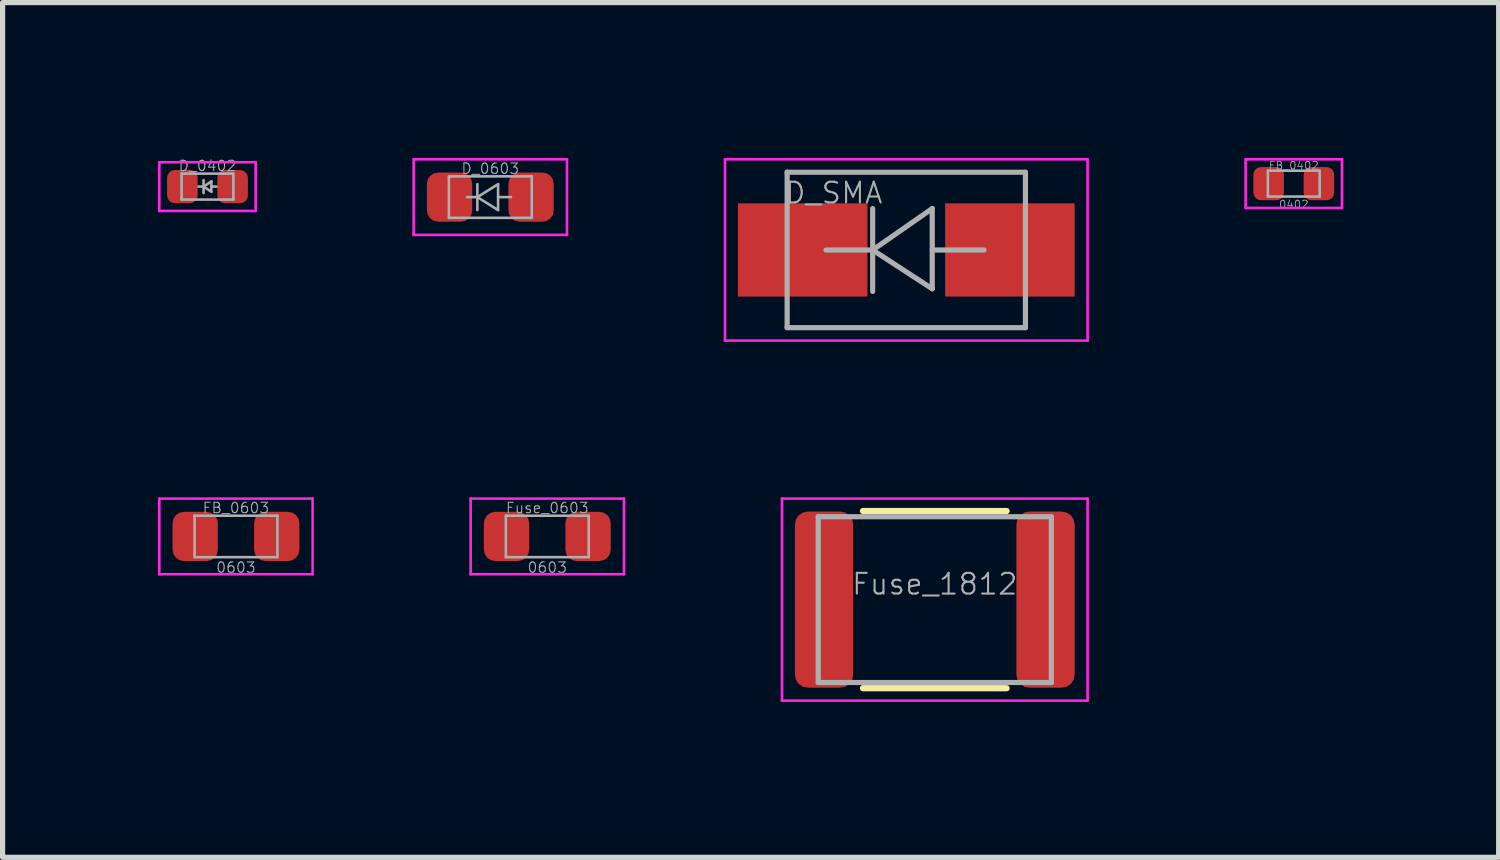
<source format=kicad_pcb>
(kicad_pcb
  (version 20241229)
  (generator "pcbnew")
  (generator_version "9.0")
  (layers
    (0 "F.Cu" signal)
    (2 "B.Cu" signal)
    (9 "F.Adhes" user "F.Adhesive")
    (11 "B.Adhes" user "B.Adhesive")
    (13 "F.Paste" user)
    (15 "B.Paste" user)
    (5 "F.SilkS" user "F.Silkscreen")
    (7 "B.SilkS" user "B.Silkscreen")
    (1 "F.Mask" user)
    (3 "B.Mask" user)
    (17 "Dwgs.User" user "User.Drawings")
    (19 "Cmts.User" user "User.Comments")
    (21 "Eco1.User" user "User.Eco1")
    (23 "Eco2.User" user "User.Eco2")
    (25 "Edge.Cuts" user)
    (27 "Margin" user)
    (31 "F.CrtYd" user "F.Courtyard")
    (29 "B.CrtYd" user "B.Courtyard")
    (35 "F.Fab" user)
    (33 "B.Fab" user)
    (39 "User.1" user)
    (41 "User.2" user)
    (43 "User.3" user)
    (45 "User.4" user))
  (footprint "D_0402"
    (layer "F.Cu")
    (at 0.955 0.552)
    (property "Reference" "D_0402" (at 0 -0.4 0) (unlocked yes) (layer "F.Fab") (effects (font (size 0.2 0.2) (thickness 0.02))))
    (attr smd)
    (fp_line (start -0.93 -0.47) (end 0.93 -0.47) (stroke (width 0.05) (type solid)) (layer "F.CrtYd"))
    (fp_line (start -0.93 0.47) (end -0.93 -0.47) (stroke (width 0.05) (type solid)) (layer "F.CrtYd"))
    (fp_line (start 0.93 -0.47) (end 0.93 0.47) (stroke (width 0.05) (type solid)) (layer "F.CrtYd"))
    (fp_line (start 0.93 0.47) (end -0.93 0.47) (stroke (width 0.05) (type solid)) (layer "F.CrtYd"))
    (fp_line (start -0.5 -0.25) (end 0.5 -0.25) (stroke (width 0.05) (type solid)) (layer "F.Fab"))
    (fp_line (start -0.5 0.25) (end -0.5 -0.25) (stroke (width 0.05) (type solid)) (layer "F.Fab"))
    (fp_line (start -0.075 -0.125) (end -0.075 0.125) (stroke (width 0.05) (type solid)) (layer "F.Fab"))
    (fp_line (start -0.075 0) (end -0.175 0) (stroke (width 0.05) (type solid)) (layer "F.Fab"))
    (fp_line (start -0.075 0) (end 0.075 -0.1) (stroke (width 0.05) (type solid)) (layer "F.Fab"))
    (fp_line (start -0.075 0) (end 0.075 0.1) (stroke (width 0.05) (type solid)) (layer "F.Fab"))
    (fp_line (start 0.075 -0.1) (end 0.075 0.1) (stroke (width 0.05) (type solid)) (layer "F.Fab"))
    (fp_line (start 0.075 0) (end 0.175 0) (stroke (width 0.05) (type solid)) (layer "F.Fab"))
    (fp_line (start 0.5 -0.25) (end 0.5 0.25) (stroke (width 0.05) (type solid)) (layer "F.Fab"))
    (fp_line (start 0.5 0.25) (end -0.5 0.25) (stroke (width 0.05) (type solid)) (layer "F.Fab"))
    (pad "1" smd roundrect (at -0.485 0) (size 0.59 0.64) (layers "F.Cu" "F.Mask" "F.Paste") (roundrect_rratio 0.25))
    (pad "2" smd roundrect (at 0.485 0) (size 0.59 0.64) (layers "F.Cu" "F.Mask" "F.Paste") (roundrect_rratio 0.25)))
  (footprint "FB_0603"
    (layer "F.Cu")
    (at 1.505 7.305)
    (property "Reference" "FB_0603" (at 0 -0.55 0) (layer "F.Fab") (effects (font (size 0.2 0.2) (thickness 0.02))))
    (attr smd)
    (fp_line (start -1.48 -0.73) (end 1.48 -0.73) (stroke (width 0.05) (type solid)) (layer "F.CrtYd"))
    (fp_line (start -1.48 0.73) (end -1.48 -0.73) (stroke (width 0.05) (type solid)) (layer "F.CrtYd"))
    (fp_line (start 1.48 -0.73) (end 1.48 0.73) (stroke (width 0.05) (type solid)) (layer "F.CrtYd"))
    (fp_line (start 1.48 0.73) (end -1.48 0.73) (stroke (width 0.05) (type solid)) (layer "F.CrtYd"))
    (fp_line (start -0.8 -0.4) (end 0.8 -0.4) (stroke (width 0.05) (type solid)) (layer "F.Fab"))
    (fp_line (start -0.8 0.4) (end -0.8 -0.4) (stroke (width 0.05) (type solid)) (layer "F.Fab"))
    (fp_line (start 0.8 -0.4) (end 0.8 0.4) (stroke (width 0.05) (type solid)) (layer "F.Fab"))
    (fp_line (start 0.8 0.4) (end -0.8 0.4) (stroke (width 0.05) (type solid)) (layer "F.Fab"))
    (fp_text user "0603" (at 0 0.6 0) (layer "F.Fab") (effects (font (size 0.2 0.2) (thickness 0.02))))
    (pad "1" smd roundrect (at -0.787 0) (size 0.875 0.95) (layers "F.Cu" "F.Mask" "F.Paste") (roundrect_rratio 0.25))
    (pad "2" smd roundrect (at 0.787 0) (size 0.875 0.95) (layers "F.Cu" "F.Mask" "F.Paste") (roundrect_rratio 0.25)))
  (footprint "Fuse_1812"
    (layer "F.Cu")
    (at 14.995 8.525)
    (property "Reference" "Fuse_1812" (at 0 -0.3 0) (layer "F.Fab") (effects (font (size 0.4 0.4) (thickness 0.04))))
    (attr smd)
    (fp_line (start -1.386 -1.71) (end 1.386 -1.71) (stroke (width 0.12) (type solid)) (layer "F.SilkS"))
    (fp_line (start -1.386 1.71) (end 1.386 1.71) (stroke (width 0.12) (type solid)) (layer "F.SilkS"))
    (fp_line (start -2.95 -1.95) (end 2.95 -1.95) (stroke (width 0.05) (type solid)) (layer "F.CrtYd"))
    (fp_line (start -2.95 1.95) (end -2.95 -1.95) (stroke (width 0.05) (type solid)) (layer "F.CrtYd"))
    (fp_line (start 2.95 -1.95) (end 2.95 1.95) (stroke (width 0.05) (type solid)) (layer "F.CrtYd"))
    (fp_line (start 2.95 1.95) (end -2.95 1.95) (stroke (width 0.05) (type solid)) (layer "F.CrtYd"))
    (fp_line (start -2.25 -1.6) (end 2.25 -1.6) (stroke (width 0.1) (type solid)) (layer "F.Fab"))
    (fp_line (start -2.25 1.6) (end -2.25 -1.6) (stroke (width 0.1) (type solid)) (layer "F.Fab"))
    (fp_line (start 2.25 -1.6) (end 2.25 1.6) (stroke (width 0.1) (type solid)) (layer "F.Fab"))
    (fp_line (start 2.25 1.6) (end -2.25 1.6) (stroke (width 0.1) (type solid)) (layer "F.Fab"))
    (pad "1" smd roundrect (at -2.138 0) (size 1.125 3.4) (layers "F.Cu" "F.Mask" "F.Paste") (roundrect_rratio 0.222))
    (pad "2" smd roundrect (at 2.138 0) (size 1.125 3.4) (layers "F.Cu" "F.Mask" "F.Paste") (roundrect_rratio 0.222)))
  (footprint "D_0603"
    (layer "F.Cu")
    (at 6.415 0.755)
    (property "Reference" "D_0603" (at 0 -0.55 0) (layer "F.Fab") (effects (font (size 0.2 0.2) (thickness 0.02))))
    (attr smd)
    (fp_line (start -1.48 -0.73) (end 1.48 -0.73) (stroke (width 0.05) (type solid)) (layer "F.CrtYd"))
    (fp_line (start -1.48 0.73) (end -1.48 -0.73) (stroke (width 0.05) (type solid)) (layer "F.CrtYd"))
    (fp_line (start 1.48 -0.73) (end 1.48 0.73) (stroke (width 0.05) (type solid)) (layer "F.CrtYd"))
    (fp_line (start 1.48 0.73) (end -1.48 0.73) (stroke (width 0.05) (type solid)) (layer "F.CrtYd"))
    (fp_line (start -0.8 -0.4) (end 0.8 -0.4) (stroke (width 0.05) (type solid)) (layer "F.Fab"))
    (fp_line (start -0.8 0.4) (end -0.8 -0.4) (stroke (width 0.05) (type solid)) (layer "F.Fab"))
    (fp_line (start -0.25 -0.25) (end -0.25 0.25) (stroke (width 0.05) (type solid)) (layer "F.Fab"))
    (fp_line (start -0.25 0) (end -0.45 0) (stroke (width 0.05) (type solid)) (layer "F.Fab"))
    (fp_line (start -0.25 0) (end 0.15 -0.25) (stroke (width 0.05) (type solid)) (layer "F.Fab"))
    (fp_line (start 0.15 -0.25) (end 0.15 0.25) (stroke (width 0.05) (type solid)) (layer "F.Fab"))
    (fp_line (start 0.15 0) (end 0.4 0) (stroke (width 0.05) (type solid)) (layer "F.Fab"))
    (fp_line (start 0.15 0.25) (end -0.25 0) (stroke (width 0.05) (type solid)) (layer "F.Fab"))
    (fp_line (start 0.8 -0.4) (end 0.8 0.4) (stroke (width 0.05) (type solid)) (layer "F.Fab"))
    (fp_line (start 0.8 0.4) (end -0.8 0.4) (stroke (width 0.05) (type solid)) (layer "F.Fab"))
    (pad "1" smd roundrect (at -0.787 0) (size 0.875 0.95) (layers "F.Cu" "F.Mask" "F.Paste") (roundrect_rratio 0.25))
    (pad "2" smd roundrect (at 0.787 0) (size 0.875 0.95) (layers "F.Cu" "F.Mask" "F.Paste") (roundrect_rratio 0.25)))
  (footprint "Fuse_0603"
    (layer "F.Cu")
    (at 7.515 7.305)
    (property "Reference" "Fuse_0603" (at 0 -0.55 0) (layer "F.Fab") (effects (font (size 0.2 0.2) (thickness 0.02))))
    (attr smd)
    (fp_line (start -1.48 -0.73) (end 1.48 -0.73) (stroke (width 0.05) (type solid)) (layer "F.CrtYd"))
    (fp_line (start -1.48 0.73) (end -1.48 -0.73) (stroke (width 0.05) (type solid)) (layer "F.CrtYd"))
    (fp_line (start 1.48 -0.73) (end 1.48 0.73) (stroke (width 0.05) (type solid)) (layer "F.CrtYd"))
    (fp_line (start 1.48 0.73) (end -1.48 0.73) (stroke (width 0.05) (type solid)) (layer "F.CrtYd"))
    (fp_line (start -0.8 -0.4) (end 0.8 -0.4) (stroke (width 0.05) (type solid)) (layer "F.Fab"))
    (fp_line (start -0.8 0.4) (end -0.8 -0.4) (stroke (width 0.05) (type solid)) (layer "F.Fab"))
    (fp_line (start 0.8 -0.4) (end 0.8 0.4) (stroke (width 0.05) (type solid)) (layer "F.Fab"))
    (fp_line (start 0.8 0.4) (end -0.8 0.4) (stroke (width 0.05) (type solid)) (layer "F.Fab"))
    (fp_text user "0603" (at 0 0.6 0) (layer "F.Fab") (effects (font (size 0.2 0.2) (thickness 0.02))))
    (pad "1" smd roundrect (at -0.787 0) (size 0.875 0.95) (layers "F.Cu" "F.Mask" "F.Paste") (roundrect_rratio 0.25))
    (pad "2" smd roundrect (at 0.787 0) (size 0.875 0.95) (layers "F.Cu" "F.Mask" "F.Paste") (roundrect_rratio 0.25)))
  (footprint "FB_0402"
    (layer "F.Cu")
    (at 21.925 0.495)
    (property "Reference" "FB_0402" (at 0 -0.35 0) (layer "F.Fab") (effects (font (size 0.15 0.15) (thickness 0.015))))
    (attr smd)
    (fp_line (start -0.93 -0.47) (end 0.93 -0.47) (stroke (width 0.05) (type solid)) (layer "F.CrtYd"))
    (fp_line (start -0.93 0.47) (end -0.93 -0.47) (stroke (width 0.05) (type solid)) (layer "F.CrtYd"))
    (fp_line (start 0.93 -0.47) (end 0.93 0.47) (stroke (width 0.05) (type solid)) (layer "F.CrtYd"))
    (fp_line (start 0.93 0.47) (end -0.93 0.47) (stroke (width 0.05) (type solid)) (layer "F.CrtYd"))
    (fp_line (start -0.5 -0.25) (end 0.5 -0.25) (stroke (width 0.05) (type solid)) (layer "F.Fab"))
    (fp_line (start -0.5 0.25) (end -0.5 -0.25) (stroke (width 0.05) (type solid)) (layer "F.Fab"))
    (fp_line (start 0.5 -0.25) (end 0.5 0.25) (stroke (width 0.05) (type solid)) (layer "F.Fab"))
    (fp_line (start 0.5 0.25) (end -0.5 0.25) (stroke (width 0.05) (type solid)) (layer "F.Fab"))
    (fp_text user "0402" (at 0 0.4 0) (layer "F.Fab") (effects (font (size 0.15 0.15) (thickness 0.015))))
    (pad "1" smd roundrect (at -0.485 0) (size 0.59 0.64) (layers "F.Cu" "F.Mask" "F.Paste") (roundrect_rratio 0.25))
    (pad "2" smd roundrect (at 0.485 0) (size 0.59 0.64) (layers "F.Cu" "F.Mask" "F.Paste") (roundrect_rratio 0.25)))
  (footprint "D_SMA"
    (layer "F.Cu")
    (at 14.445 1.775)
    (property "Reference" "D_SMA" (at -1.4 -1.1 0) (layer "F.Fab") (effects (font (size 0.4 0.4) (thickness 0.04))))
    (attr smd)
    (fp_line (start -3.5 -1.75) (end 3.5 -1.75) (stroke (width 0.05) (type solid)) (layer "F.CrtYd"))
    (fp_line (start -3.5 1.75) (end -3.5 -1.75) (stroke (width 0.05) (type solid)) (layer "F.CrtYd"))
    (fp_line (start 3.5 -1.75) (end 3.5 1.75) (stroke (width 0.05) (type solid)) (layer "F.CrtYd"))
    (fp_line (start 3.5 1.75) (end -3.5 1.75) (stroke (width 0.05) (type solid)) (layer "F.CrtYd"))
    (fp_line (start -2.3 1.5) (end -2.3 -1.5) (stroke (width 0.1) (type solid)) (layer "F.Fab"))
    (fp_line (start -0.649 -0.799) (end -0.649 0.801) (stroke (width 0.1) (type solid)) (layer "F.Fab"))
    (fp_line (start -0.649 0.001) (end -1.551 0.001) (stroke (width 0.1) (type solid)) (layer "F.Fab"))
    (fp_line (start -0.649 0.001) (end 0.501 -0.799) (stroke (width 0.1) (type solid)) (layer "F.Fab"))
    (fp_line (start -0.649 0.001) (end 0.501 0.75) (stroke (width 0.1) (type solid)) (layer "F.Fab"))
    (fp_line (start 0.501 0.001) (end 1.499 0.001) (stroke (width 0.1) (type solid)) (layer "F.Fab"))
    (fp_line (start 0.501 0.75) (end 0.501 -0.799) (stroke (width 0.1) (type solid)) (layer "F.Fab"))
    (fp_line (start 2.3 -1.5) (end -2.3 -1.5) (stroke (width 0.1) (type solid)) (layer "F.Fab"))
    (fp_line (start 2.3 -1.5) (end 2.3 1.5) (stroke (width 0.1) (type solid)) (layer "F.Fab"))
    (fp_line (start 2.3 1.5) (end -2.3 1.5) (stroke (width 0.1) (type solid)) (layer "F.Fab"))
    (pad "1" smd rect (at -2 0) (size 2.5 1.8) (layers "F.Cu" "F.Mask" "F.Paste"))
    (pad "2" smd rect (at 2 0) (size 2.5 1.8) (layers "F.Cu" "F.Mask" "F.Paste")))
  (gr_rect
    (start -3 -3)
    (end 25.88 13.5)
    (stroke (width 0.1) (type default))
    (fill no)
    (layer "Edge.Cuts")))
</source>
